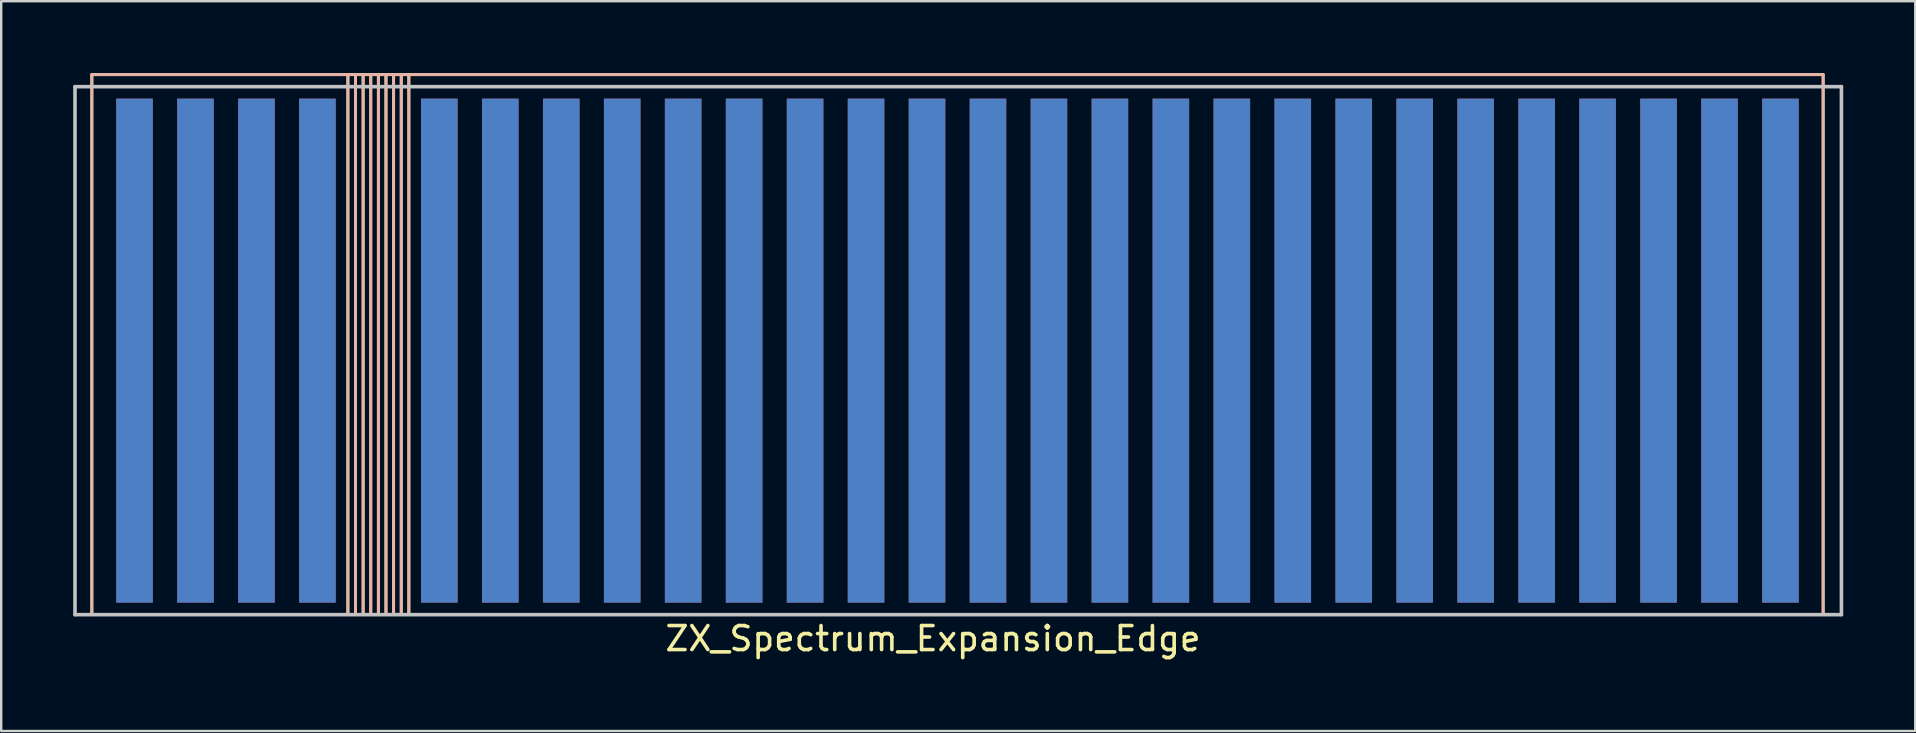
<source format=kicad_pcb>
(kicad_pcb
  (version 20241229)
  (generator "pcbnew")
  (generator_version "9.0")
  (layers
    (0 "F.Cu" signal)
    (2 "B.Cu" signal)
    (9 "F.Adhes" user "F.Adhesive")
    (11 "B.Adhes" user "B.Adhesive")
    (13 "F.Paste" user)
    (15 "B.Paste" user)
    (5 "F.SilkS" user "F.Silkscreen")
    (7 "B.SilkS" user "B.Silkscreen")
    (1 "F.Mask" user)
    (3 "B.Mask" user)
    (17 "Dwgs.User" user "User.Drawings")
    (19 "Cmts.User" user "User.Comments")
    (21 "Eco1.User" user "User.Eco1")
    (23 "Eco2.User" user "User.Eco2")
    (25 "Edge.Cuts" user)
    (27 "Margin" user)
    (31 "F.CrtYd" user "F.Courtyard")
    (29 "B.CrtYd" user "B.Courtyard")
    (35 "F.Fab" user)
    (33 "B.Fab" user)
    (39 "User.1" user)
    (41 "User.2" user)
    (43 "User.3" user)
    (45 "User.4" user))
  (footprint "ZX_Spectrum_Expansion_Edge"
    (layer "F.Cu")
    (at 35.575 11.56)
    (property "Reference" "ZX_Spectrum_Expansion_Edge" (at 0.25 12 0) (layer "F.SilkS") (effects (font (size 1 1) (thickness 0.15))))
    (attr through_hole)
    (fp_line (start -34.798 -11.5) (end -34.798 11) (stroke (width 0.12) (type solid)) (layer "F.SilkS"))
    (fp_line (start -34.798 -11.5) (end 37.338 -11.5) (stroke (width 0.12) (type solid)) (layer "F.SilkS"))
    (fp_line (start -24.13 -11.5) (end -24.13 11) (stroke (width 0.12) (type solid)) (layer "F.SilkS"))
    (fp_line (start -23.812 11) (end -23.812 -11.5) (stroke (width 0.12) (type solid)) (layer "F.SilkS"))
    (fp_line (start -23.495 11) (end -23.495 -11.5) (stroke (width 0.12) (type solid)) (layer "F.SilkS"))
    (fp_line (start -23.177 11) (end -23.177 -11.5) (stroke (width 0.12) (type solid)) (layer "F.SilkS"))
    (fp_line (start -22.86 -11.5) (end -22.86 11) (stroke (width 0.12) (type solid)) (layer "F.SilkS"))
    (fp_line (start -22.543 -11.5) (end -22.543 11) (stroke (width 0.12) (type solid)) (layer "F.SilkS"))
    (fp_line (start -22.225 11) (end -22.225 -11.5) (stroke (width 0.12) (type solid)) (layer "F.SilkS"))
    (fp_line (start -21.907 -11.5) (end -21.907 11) (stroke (width 0.12) (type solid)) (layer "F.SilkS"))
    (fp_line (start -21.59 11) (end -21.59 -11.5) (stroke (width 0.12) (type solid)) (layer "F.SilkS"))
    (fp_line (start 37.338 11) (end 37.338 -11.5) (stroke (width 0.12) (type solid)) (layer "F.SilkS"))
    (fp_line (start -34.798 -11.5) (end -34.798 11) (stroke (width 0.12) (type solid)) (layer "B.SilkS"))
    (fp_line (start -34.798 -11.5) (end 37.338 -11.5) (stroke (width 0.12) (type solid)) (layer "B.SilkS"))
    (fp_line (start -24.13 11) (end -24.13 -11.5) (stroke (width 0.12) (type solid)) (layer "B.SilkS"))
    (fp_line (start -23.812 -11.5) (end -23.812 11) (stroke (width 0.12) (type solid)) (layer "B.SilkS"))
    (fp_line (start -23.495 -11.5) (end -23.495 11) (stroke (width 0.12) (type solid)) (layer "B.SilkS"))
    (fp_line (start -23.177 -11.5) (end -23.177 11) (stroke (width 0.12) (type solid)) (layer "B.SilkS"))
    (fp_line (start -22.86 11) (end -22.86 -11.5) (stroke (width 0.12) (type solid)) (layer "B.SilkS"))
    (fp_line (start -22.543 11) (end -22.543 -11.5) (stroke (width 0.12) (type solid)) (layer "B.SilkS"))
    (fp_line (start -22.225 -11.5) (end -22.225 11) (stroke (width 0.12) (type solid)) (layer "B.SilkS"))
    (fp_line (start -21.907 11) (end -21.907 -11.5) (stroke (width 0.12) (type solid)) (layer "B.SilkS"))
    (fp_line (start -21.59 -11.5) (end -21.59 11) (stroke (width 0.12) (type solid)) (layer "B.SilkS"))
    (fp_line (start 37.338 11) (end 37.338 -11.5) (stroke (width 0.12) (type solid)) (layer "B.SilkS"))
    (fp_line (start -35.5 -11) (end 38.1 -11) (stroke (width 0.15) (type solid)) (layer "Dwgs.User"))
    (fp_line (start -35.5 11) (end -35.5 -11) (stroke (width 0.15) (type solid)) (layer "Dwgs.User"))
    (fp_line (start 38.1 -11) (end 38.1 11) (stroke (width 0.15) (type solid)) (layer "Dwgs.User"))
    (fp_line (start 38.1 11) (end -35.5 11) (stroke (width 0.15) (type solid)) (layer "Dwgs.User"))
    (pad "A1" smd rect (at -33.02 0) (size 1.524 21) (layers "F.Cu" "F.Mask" "F.Paste"))
    (pad "A2" smd rect (at -30.48 0) (size 1.524 21) (layers "F.Cu" "F.Mask" "F.Paste"))
    (pad "A3" smd rect (at -27.94 0) (size 1.524 21) (layers "F.Cu" "F.Mask" "F.Paste"))
    (pad "A4" smd rect (at -25.4 0) (size 1.524 21) (layers "F.Cu" "F.Mask" "F.Paste"))
    (pad "A6" smd rect (at -20.32 0) (size 1.524 21) (layers "F.Cu" "F.Mask" "F.Paste"))
    (pad "A7" smd rect (at -17.78 0) (size 1.524 21) (layers "F.Cu" "F.Mask" "F.Paste"))
    (pad "A8" smd rect (at -15.24 0) (size 1.524 21) (layers "F.Cu" "F.Mask" "F.Paste"))
    (pad "A9" smd rect (at -12.7 0) (size 1.524 21) (layers "F.Cu" "F.Mask" "F.Paste"))
    (pad "A10" smd rect (at -10.16 0) (size 1.524 21) (layers "F.Cu" "F.Mask" "F.Paste"))
    (pad "A11" smd rect (at -7.62 0) (size 1.524 21) (layers "F.Cu" "F.Mask" "F.Paste"))
    (pad "A12" smd rect (at -5.08 0) (size 1.524 21) (layers "F.Cu" "F.Mask" "F.Paste"))
    (pad "A13" smd rect (at -2.54 0) (size 1.524 21) (layers "F.Cu" "F.Mask" "F.Paste"))
    (pad "A14" smd rect (at 0 0) (size 1.524 21) (layers "F.Cu" "F.Mask" "F.Paste"))
    (pad "A15" smd rect (at 2.54 0) (size 1.524 21) (layers "F.Cu" "F.Mask" "F.Paste"))
    (pad "A16" smd rect (at 5.08 0) (size 1.524 21) (layers "F.Cu" "F.Mask" "F.Paste"))
    (pad "A17" smd rect (at 7.62 0) (size 1.524 21) (layers "F.Cu" "F.Mask" "F.Paste"))
    (pad "A18" smd rect (at 10.16 0) (size 1.524 21) (layers "F.Cu" "F.Mask" "F.Paste"))
    (pad "A19" smd rect (at 12.7 0) (size 1.524 21) (layers "F.Cu" "F.Mask" "F.Paste"))
    (pad "A20" smd rect (at 15.24 0) (size 1.524 21) (layers "F.Cu" "F.Mask" "F.Paste"))
    (pad "A21" smd rect (at 17.78 0) (size 1.524 21) (layers "F.Cu" "F.Mask" "F.Paste"))
    (pad "A22" smd rect (at 20.32 0) (size 1.524 21) (layers "F.Cu" "F.Mask" "F.Paste"))
    (pad "A23" smd rect (at 22.86 0) (size 1.524 21) (layers "F.Cu" "F.Mask" "F.Paste"))
    (pad "A24" smd rect (at 25.4 0) (size 1.524 21) (layers "F.Cu" "F.Mask" "F.Paste"))
    (pad "A25" smd rect (at 27.94 0) (size 1.524 21) (layers "F.Cu" "F.Mask" "F.Paste"))
    (pad "A26" smd rect (at 30.48 0) (size 1.524 21) (layers "F.Cu" "F.Mask" "F.Paste"))
    (pad "A27" smd rect (at 33.02 0) (size 1.524 21) (layers "F.Cu" "F.Mask" "F.Paste"))
    (pad "A28" smd rect (at 35.56 0) (size 1.524 21) (layers "F.Cu" "F.Mask" "F.Paste"))
    (pad "B1" smd rect (at -33.02 0) (size 1.524 21) (layers "B.Cu" "B.Mask" "B.Paste"))
    (pad "B2" smd rect (at -30.48 0) (size 1.524 21) (layers "B.Cu" "B.Mask" "B.Paste"))
    (pad "B3" smd rect (at -27.94 0) (size 1.524 21) (layers "B.Cu" "B.Mask" "B.Paste"))
    (pad "B4" smd rect (at -25.4 0) (size 1.524 21) (layers "B.Cu" "B.Mask" "B.Paste"))
    (pad "B6" smd rect (at -20.32 0) (size 1.524 21) (layers "B.Cu" "B.Mask" "B.Paste"))
    (pad "B7" smd rect (at -17.78 0) (size 1.524 21) (layers "B.Cu" "B.Mask" "B.Paste"))
    (pad "B8" smd rect (at -15.24 0) (size 1.524 21) (layers "B.Cu" "B.Mask" "B.Paste"))
    (pad "B9" smd rect (at -12.7 0) (size 1.524 21) (layers "B.Cu" "B.Mask" "B.Paste"))
    (pad "B10" smd rect (at -10.16 0) (size 1.524 21) (layers "B.Cu" "B.Mask" "B.Paste"))
    (pad "B11" smd rect (at -7.62 0) (size 1.524 21) (layers "B.Cu" "B.Mask" "B.Paste"))
    (pad "B12" smd rect (at -5.08 0) (size 1.524 21) (layers "B.Cu" "B.Mask" "B.Paste"))
    (pad "B13" smd rect (at -2.54 0) (size 1.524 21) (layers "B.Cu" "B.Mask" "B.Paste"))
    (pad "B14" smd rect (at 0 0) (size 1.524 21) (layers "B.Cu" "B.Mask" "B.Paste"))
    (pad "B15" smd rect (at 2.54 0) (size 1.524 21) (layers "B.Cu" "B.Mask" "B.Paste"))
    (pad "B16" smd rect (at 5.08 0) (size 1.524 21) (layers "B.Cu" "B.Mask" "B.Paste"))
    (pad "B17" smd rect (at 7.62 0) (size 1.524 21) (layers "B.Cu" "B.Mask" "B.Paste"))
    (pad "B18" smd rect (at 10.16 0) (size 1.524 21) (layers "B.Cu" "B.Mask" "B.Paste"))
    (pad "B19" smd rect (at 12.7 0) (size 1.524 21) (layers "B.Cu" "B.Mask" "B.Paste"))
    (pad "B20" smd rect (at 15.24 0) (size 1.524 21) (layers "B.Cu" "B.Mask" "B.Paste"))
    (pad "B21" smd rect (at 17.78 0) (size 1.524 21) (layers "B.Cu" "B.Mask" "B.Paste"))
    (pad "B22" smd rect (at 20.32 0) (size 1.524 21) (layers "B.Cu" "B.Mask" "B.Paste"))
    (pad "B23" smd rect (at 22.86 0) (size 1.524 21) (layers "B.Cu" "B.Mask" "B.Paste"))
    (pad "B24" smd rect (at 25.4 0) (size 1.524 21) (layers "B.Cu" "B.Mask" "B.Paste"))
    (pad "B25" smd rect (at 27.94 0) (size 1.524 21) (layers "B.Cu" "B.Mask" "B.Paste"))
    (pad "B26" smd rect (at 30.48 0) (size 1.524 21) (layers "B.Cu" "B.Mask" "B.Paste"))
    (pad "B27" smd rect (at 33.02 0) (size 1.524 21) (layers "B.Cu" "B.Mask" "B.Paste"))
    (pad "B28" smd rect (at 35.56 0) (size 1.524 21) (layers "B.Cu" "B.Mask" "B.Paste")))
  (gr_rect
    (start -3 -3)
    (end 76.75 27.408)
    (stroke (width 0.1) (type default))
    (fill no)
    (layer "Edge.Cuts")))
</source>
